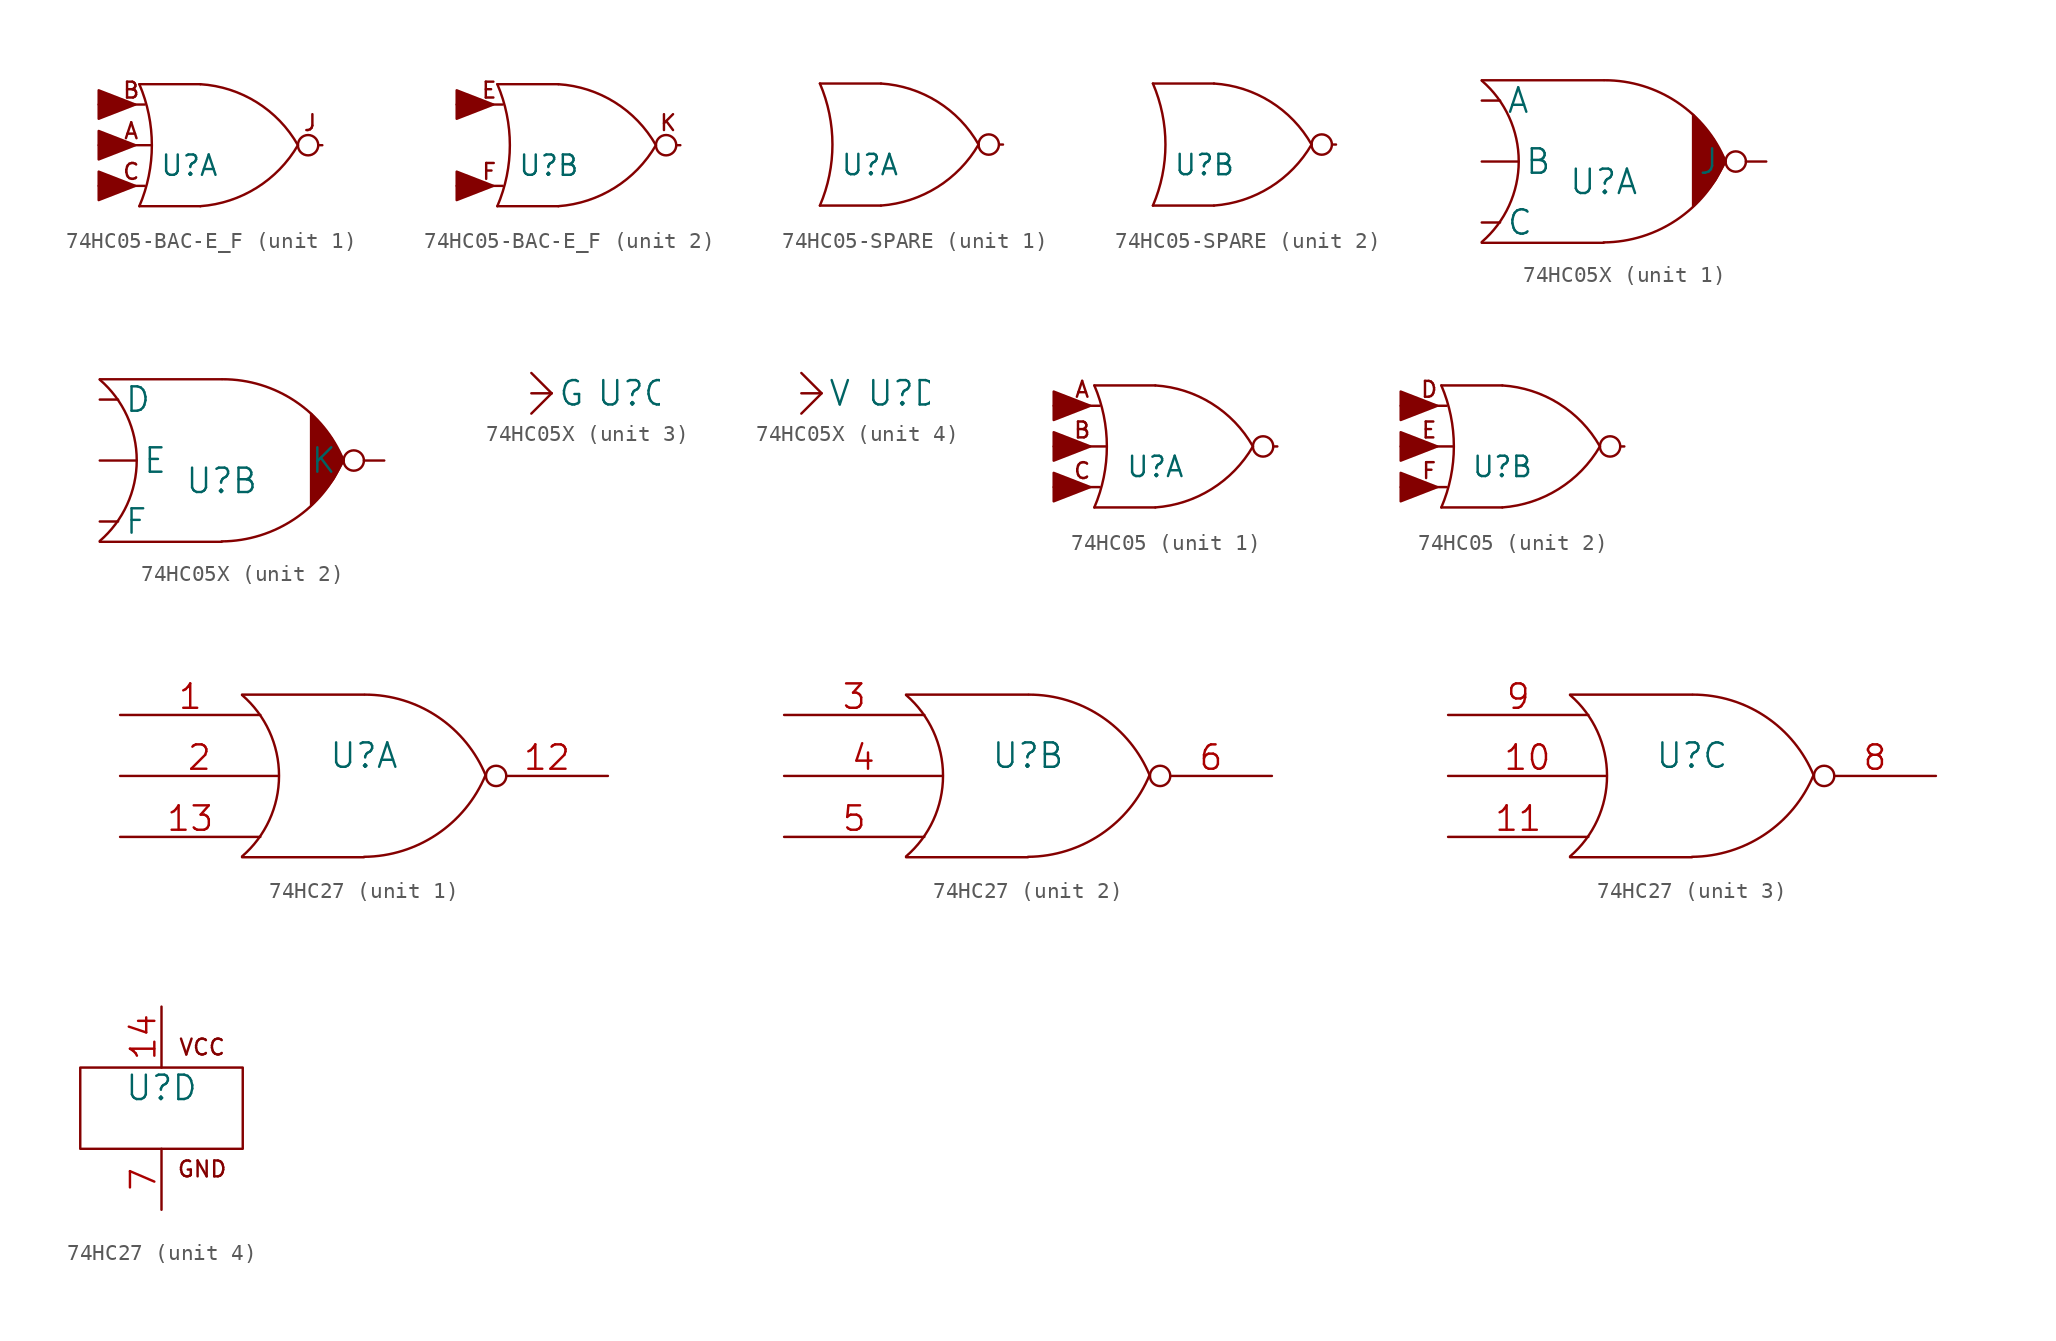
<source format=kicad_sym>
(kicad_symbol_lib
  (version 20211014)
  (generator kicad_symbol_editor)
  (symbol "74HC05-BAC-E_F"
    (pin_numbers hide)
    (pin_names
      (offset 0.381) hide)
    (property "Reference" "U"
      (at -2.54 -1.27 0)
      (effects (font (size 1.27 1.27)) (justify left)))
    (property "Footprint" ""
      (at 2.54 0 0)
      (effects (font (size 1.524 1.524))))
    (property "Datasheet" ""
      (at 2.54 0 0)
      (effects (font (size 1.524 1.524))))
    (property "ki_locked" ""
      (at 0 0 0)
      (effects (font (size 1.27 1.27))))
    (symbol "74HC05-BAC-E_F_0_0"
      (circle (center 6.731 0) (radius 0.635) (stroke (width 0) (type default) (color 0 0 0 0)) (fill (type none))))
    (symbol "74HC05-BAC-E_F_0_1"
      (arc (start -3.81 -3.81) (mid -3.028 0) (end -3.81 3.81) (stroke (width 0) (type default) (color 0 0 0 0)) (fill (type none)))
      (arc (start 0 -3.81) (mid 3.5177 -2.6614) (end 6.096 0) (stroke (width 0) (type default) (color 0 0 0 0)) (fill (type none)))
      (polyline (pts (xy -3.81 3.81) (xy 0 3.81)) (stroke (width 0) (type default) (color 0 0 0 0)) (fill (type none)))
      (polyline (pts (xy 0 -3.81) (xy -3.81 -3.81)) (stroke (width 0) (type default) (color 0 0 0 0)) (fill (type none)))
      (arc (start 6.096 0) (mid 3.5285 2.6786) (end 0 3.81) (stroke (width 0) (type default) (color 0 0 0 0)) (fill (type none)))
      (pin power_in line (at 0 3.81 270) (length 0) hide (name "FAP" (effects (font (size 1.27 1.27)))) (number "14" (effects (font (size 1.27 1.27)))))
      (pin power_in line (at 0 -3.81 90) (length 0) hide (name "0VDCA" (effects (font (size 1.27 1.27)))) (number "7" (effects (font (size 1.27 1.27))))))
    (symbol "74HC05-BAC-E_F_1_0"
      (polyline (pts (xy -4.064 -2.54) (xy -6.35 -1.651) (xy -6.35 -3.429) (xy -4.064 -2.54)) (stroke (width 0) (type default) (color 0 0 0 0)) (fill (type outline)))
      (polyline (pts (xy -4.064 0) (xy -6.35 0.889) (xy -6.35 -0.889) (xy -4.064 0)) (stroke (width 0) (type default) (color 0 0 0 0)) (fill (type outline)))
      (polyline (pts (xy -4.064 2.54) (xy -6.35 3.429) (xy -6.35 1.651) (xy -4.064 2.54)) (stroke (width 0) (type default) (color 0 0 0 0)) (fill (type outline)))
      (text "A" (at -4.318 0.889 0) (effects (font (size 0.991 0.991))))
      (text "B" (at -4.318 3.429 0) (effects (font (size 0.991 0.991))))
      (text "C" (at -4.318 -1.651 0) (effects (font (size 0.991 0.991))))
      (text "J" (at 6.858 1.397 0) (effects (font (size 0.991 0.991)))))
    (symbol "74HC05-BAC-E_F_1_1"
      (pin input line (at -6.35 -2.54 0) (length 2.87) (name "C" (effects (font (size 1.27 1.27)))) (number "1" (effects (font (size 1.27 1.27)))))
      (pin open_collector line (at 7.62 0 180) (length 0.203) (name "J" (effects (font (size 1.524 1.524)))) (number "2" (effects (font (size 1.524 1.524)))))
      (pin input line (at -6.35 2.54 0) (length 2.87) (name "B" (effects (font (size 1.27 1.27)))) (number "3" (effects (font (size 1.27 1.27)))))
      (pin open_collector line (at 7.62 0 180) (length 0) hide (name "J" (effects (font (size 1.524 1.524)))) (number "4" (effects (font (size 1.524 1.524)))))
      (pin input line (at -6.35 0 0) (length 3.302) (name "A" (effects (font (size 1.27 1.27)))) (number "5" (effects (font (size 1.27 1.27)))))
      (pin open_collector line (at 7.62 0 180) (length 0) hide (name "J" (effects (font (size 1.524 1.524)))) (number "6" (effects (font (size 1.524 1.524))))))
    (symbol "74HC05-BAC-E_F_2_0"
      (polyline (pts (xy -4.064 -2.54) (xy -6.35 -1.651) (xy -6.35 -3.429) (xy -4.064 -2.54)) (stroke (width 0) (type default) (color 0 0 0 0)) (fill (type outline)))
      (polyline (pts (xy -4.064 2.54) (xy -6.35 3.429) (xy -6.35 1.651) (xy -4.064 2.54)) (stroke (width 0) (type default) (color 0 0 0 0)) (fill (type outline)))
      (text "E" (at -4.318 3.429 0) (effects (font (size 0.991 0.991))))
      (text "F" (at -4.318 -1.651 0) (effects (font (size 0.991 0.991))))
      (text "K" (at 6.858 1.397 0) (effects (font (size 0.991 0.991)))))
    (symbol "74HC05-BAC-E_F_2_1"
      (pin open_collector line (at 7.62 0 180) (length 0) hide (name "K" (effects (font (size 1.524 1.524)))) (number "10" (effects (font (size 1.524 1.524)))))
      (pin input line (at -6.35 2.54 0) (length 2.87) (name "E" (effects (font (size 1.27 1.27)))) (number "11" (effects (font (size 1.27 1.27)))))
      (pin open_collector line (at 7.62 0 180) (length 0.203) (name "K" (effects (font (size 1.524 1.524)))) (number "12" (effects (font (size 1.524 1.524)))))
      (pin input line (at -6.35 -2.54 0) (length 2.87) (name "F" (effects (font (size 1.27 1.27)))) (number "13" (effects (font (size 1.27 1.27)))))
      (pin no_connect line (at 1.27 -3.81 180) (length 0) hide (name "K" (effects (font (size 1.524 1.524)))) (number "8" (effects (font (size 1.524 1.524)))))
      (pin power_in line (at 0 -3.81 90) (length 0) hide (name "0VDCA" (effects (font (size 1.27 1.27)))) (number "9" (effects (font (size 1.27 1.27)))))))
  (symbol "74HC05-SPARE"
    (pin_numbers hide)
    (pin_names
      (offset 0.381) hide)
    (property "Reference" "U"
      (at -2.54 -1.27 0)
      (effects (font (size 1.27 1.27)) (justify left)))
    (property "Footprint" ""
      (at 2.54 0 0)
      (effects (font (size 1.524 1.524))))
    (property "Datasheet" ""
      (at 2.54 0 0)
      (effects (font (size 1.524 1.524))))
    (property "ki_locked" ""
      (at 0 0 0)
      (effects (font (size 1.27 1.27))))
    (symbol "74HC05-SPARE_0_0"
      (circle (center 6.731 0) (radius 0.635) (stroke (width 0) (type default) (color 0 0 0 0)) (fill (type none))))
    (symbol "74HC05-SPARE_0_1"
      (arc (start -3.81 -3.81) (mid -3.028 0) (end -3.81 3.81) (stroke (width 0) (type default) (color 0 0 0 0)) (fill (type none)))
      (arc (start 0 -3.81) (mid 3.5177 -2.6614) (end 6.096 0) (stroke (width 0) (type default) (color 0 0 0 0)) (fill (type none)))
      (polyline (pts (xy -3.81 3.81) (xy 0 3.81)) (stroke (width 0) (type default) (color 0 0 0 0)) (fill (type none)))
      (polyline (pts (xy 0 -3.81) (xy -3.81 -3.81)) (stroke (width 0) (type default) (color 0 0 0 0)) (fill (type none)))
      (arc (start 6.096 0) (mid 3.5285 2.6786) (end 0 3.81) (stroke (width 0) (type default) (color 0 0 0 0)) (fill (type none)))
      (pin power_in line (at 0 3.81 270) (length 0) hide (name "FAP" (effects (font (size 1.27 1.27)))) (number "14" (effects (font (size 1.27 1.27)))))
      (pin power_in line (at 0 -3.81 90) (length 0) hide (name "0VDCA" (effects (font (size 1.27 1.27)))) (number "7" (effects (font (size 1.27 1.27))))))
    (symbol "74HC05-SPARE_1_1"
      (pin power_in line (at 0 -3.81 90) (length 0) hide (name "0VDCA" (effects (font (size 1.27 1.27)))) (number "1" (effects (font (size 1.27 1.27)))))
      (pin open_collector line (at 7.62 0 180) (length 0.203) (name "J" (effects (font (size 1.524 1.524)))) (number "2" (effects (font (size 1.524 1.524)))))
      (pin power_in line (at 0 -3.81 90) (length 0) hide (name "0VDCA" (effects (font (size 1.27 1.27)))) (number "3" (effects (font (size 1.27 1.27)))))
      (pin open_collector line (at 7.62 0 180) (length 0) hide (name "J" (effects (font (size 1.524 1.524)))) (number "4" (effects (font (size 1.524 1.524)))))
      (pin power_in line (at 0 -3.81 90) (length 0) hide (name "0VDCA" (effects (font (size 1.27 1.27)))) (number "5" (effects (font (size 1.27 1.27)))))
      (pin open_collector line (at 7.62 0 180) (length 0) hide (name "J" (effects (font (size 1.524 1.524)))) (number "6" (effects (font (size 1.524 1.524))))))
    (symbol "74HC05-SPARE_2_1"
      (pin open_collector line (at 7.62 0 180) (length 0) hide (name "K" (effects (font (size 1.524 1.524)))) (number "10" (effects (font (size 1.524 1.524)))))
      (pin power_in line (at 0 -3.81 90) (length 0) hide (name "0VDCA" (effects (font (size 1.27 1.27)))) (number "11" (effects (font (size 1.27 1.27)))))
      (pin open_collector line (at 7.62 0 180) (length 0.203) (name "K" (effects (font (size 1.524 1.524)))) (number "12" (effects (font (size 1.524 1.524)))))
      (pin power_in line (at 0 -3.81 90) (length 0) hide (name "0VDCA" (effects (font (size 1.27 1.27)))) (number "13" (effects (font (size 1.27 1.27)))))
      (pin open_collector line (at 7.62 0 180) (length 0) hide (name "K" (effects (font (size 1.524 1.524)))) (number "8" (effects (font (size 1.524 1.524)))))
      (pin power_in line (at 0 -3.81 90) (length 0) hide (name "0VDCA" (effects (font (size 1.27 1.27)))) (number "9" (effects (font (size 1.27 1.27)))))))
  (symbol "74HC05X"
    (pin_numbers hide)
    (pin_names
      (offset 0.381))
    (property "Reference" "U"
      (at 0 -1.27 0)
      (effects (font (size 1.524 1.524))))
    (property "Footprint" ""
      (at 0 0 0)
      (effects (font (size 1.524 1.524))))
    (property "Datasheet" ""
      (at 0 0 0)
      (effects (font (size 1.524 1.524))))
    (property "ki_locked" ""
      (at 0 0 0)
      (effects (font (size 1.27 1.27))))
    (symbol "74HC05X_1_1"
      (arc (start -7.62 -5.0292) (mid -5.3094 0.0082) (end -7.62 5.0546) (stroke (width 0) (type default) (color 0 0 0 0)) (fill (type none)))
      (arc (start 0 -5.0546) (mid 4.5632 -3.6449) (end 7.5946 0.0508) (stroke (width 0) (type default) (color 0 0 0 0)) (fill (type none)))
      (polyline (pts (xy -7.62 -5.08) (xy 0 -5.08)) (stroke (width 0) (type default) (color 0 0 0 0)) (fill (type none)))
      (polyline (pts (xy -7.62 5.08) (xy 0 5.08)) (stroke (width 0) (type default) (color 0 0 0 0)) (fill (type none)))
      (polyline (pts (xy 5.588 -0.762) (xy 5.588 2.921) (xy 6.223 2.159) (xy 6.858 1.397) (xy 7.62 0) (xy 6.985 -1.143) (xy 6.604 -1.651) (xy 5.588 -2.794) (xy 5.588 -0.762)) (stroke (width 0) (type default) (color 0 0 0 0)) (fill (type outline)))
      (arc (start 7.62 0) (mid 4.6132 3.6946) (end 0.0508 5.08) (stroke (width 0) (type default) (color 0 0 0 0)) (fill (type none)))
      (pin input line (at -7.62 -3.81 0) (length 1.143) (name "C" (effects (font (size 1.524 1.524)))) (number "1" (effects (font (size 1.524 1.524)))))
      (pin output inverted (at 10.16 0 180) (length 2.54) (name "J" (effects (font (size 1.524 1.524)))) (number "2" (effects (font (size 1.524 1.524)))))
      (pin input line (at -7.62 0 0) (length 2.286) (name "B" (effects (font (size 1.524 1.524)))) (number "3" (effects (font (size 1.524 1.524)))))
      (pin output line (at 10.16 0 0) (length 0) hide (name "~" (effects (font (size 1.524 1.524)))) (number "4" (effects (font (size 1.524 1.524)))))
      (pin input line (at -7.62 3.81 0) (length 1.143) (name "A" (effects (font (size 1.524 1.524)))) (number "5" (effects (font (size 1.524 1.524)))))
      (pin output line (at 10.16 0 0) (length 0) hide (name "~" (effects (font (size 0 0)))) (number "6" (effects (font (size 1.524 1.524))))))
    (symbol "74HC05X_2_1"
      (arc (start -7.62 -5.0292) (mid -5.3094 0.0082) (end -7.62 5.0546) (stroke (width 0) (type default) (color 0 0 0 0)) (fill (type none)))
      (arc (start 0 -5.0546) (mid 4.5632 -3.6449) (end 7.5946 0.0508) (stroke (width 0) (type default) (color 0 0 0 0)) (fill (type none)))
      (polyline (pts (xy -7.62 -5.08) (xy 0 -5.08)) (stroke (width 0) (type default) (color 0 0 0 0)) (fill (type none)))
      (polyline (pts (xy -7.62 5.08) (xy 0 5.08)) (stroke (width 0) (type default) (color 0 0 0 0)) (fill (type none)))
      (polyline (pts (xy 5.588 -0.762) (xy 5.588 2.921) (xy 6.223 2.159) (xy 6.858 1.397) (xy 7.62 0) (xy 6.985 -1.143) (xy 6.604 -1.651) (xy 5.588 -2.794) (xy 5.588 -0.762)) (stroke (width 0) (type default) (color 0 0 0 0)) (fill (type outline)))
      (arc (start 7.62 0) (mid 4.6132 3.6946) (end 0.0508 5.08) (stroke (width 0) (type default) (color 0 0 0 0)) (fill (type none)))
      (pin output line (at 10.16 0 180) (length 0) hide (name "~" (effects (font (size 1.524 1.524)))) (number "10" (effects (font (size 1.524 1.524)))))
      (pin input line (at -7.62 0 0) (length 2.286) (name "E" (effects (font (size 1.524 1.524)))) (number "11" (effects (font (size 1.524 1.524)))))
      (pin output inverted (at 10.16 0 180) (length 2.54) (name "K" (effects (font (size 1.524 1.524)))) (number "12" (effects (font (size 1.524 1.524)))))
      (pin input line (at -7.62 -3.81 0) (length 1.143) (name "F" (effects (font (size 1.524 1.524)))) (number "13" (effects (font (size 1.524 1.524)))))
      (pin output line (at 10.16 0 180) (length 0) hide (name "~" (effects (font (size 1.524 1.524)))) (number "8" (effects (font (size 1.524 1.524)))))
      (pin input line (at -7.62 3.81 0) (length 1.143) (name "D" (effects (font (size 1.524 1.524)))) (number "9" (effects (font (size 1.524 1.524))))))
    (symbol "74HC05X_3_1"
      (polyline (pts (xy -6.35 0) (xy -5.08 -1.27)) (stroke (width 0) (type default) (color 0 0 0 0)) (fill (type none)))
      (polyline (pts (xy -5.08 -1.27) (xy -6.35 -2.54)) (stroke (width 0) (type default) (color 0 0 0 0)) (fill (type none)))
      (pin power_in line (at -6.35 -1.27 0) (length 1.27) (name "G" (effects (font (size 1.524 1.524)))) (number "7" (effects (font (size 1.524 1.524))))))
    (symbol "74HC05X_4_1"
      (polyline (pts (xy -6.35 0) (xy -5.08 -1.27) (xy -6.35 -2.54)) (stroke (width 0) (type default) (color 0 0 0 0)) (fill (type none)))
      (pin power_in line (at -6.35 -1.27 0) (length 1.27) (name "V" (effects (font (size 1.524 1.524)))) (number "14" (effects (font (size 1.524 1.524)))))))
  (symbol "74HC05"
    (pin_numbers hide)
    (pin_names
      (offset 0.381) hide)
    (property "Reference" "U"
      (at 0 -1.27 0)
      (effects (font (size 1.27 1.27))))
    (property "Footprint" ""
      (at 2.54 0 0)
      (effects (font (size 1.524 1.524))))
    (property "Datasheet" ""
      (at 2.54 0 0)
      (effects (font (size 1.524 1.524))))
    (symbol "74HC05_0_0"
      (polyline (pts (xy -4.064 -2.54) (xy -6.35 -1.651) (xy -6.35 -3.429) (xy -4.064 -2.54)) (stroke (width 0) (type default) (color 0 0 0 0)) (fill (type outline)))
      (polyline (pts (xy -4.064 0) (xy -6.35 0.889) (xy -6.35 -0.889) (xy -4.064 0)) (stroke (width 0) (type default) (color 0 0 0 0)) (fill (type outline)))
      (polyline (pts (xy -4.064 2.54) (xy -6.35 3.429) (xy -6.35 1.651) (xy -4.064 2.54)) (stroke (width 0) (type default) (color 0 0 0 0)) (fill (type outline)))
      (circle (center 6.731 0) (radius 0.635) (stroke (width 0) (type default) (color 0 0 0 0)) (fill (type none))))
    (symbol "74HC05_0_1"
      (arc (start -3.81 -3.81) (mid -3.028 0) (end -3.81 3.81) (stroke (width 0) (type default) (color 0 0 0 0)) (fill (type none)))
      (arc (start 0 -3.81) (mid 3.5177 -2.6614) (end 6.096 0) (stroke (width 0) (type default) (color 0 0 0 0)) (fill (type none)))
      (polyline (pts (xy -3.81 3.81) (xy 0 3.81)) (stroke (width 0) (type default) (color 0 0 0 0)) (fill (type none)))
      (polyline (pts (xy 0 -3.81) (xy -3.81 -3.81)) (stroke (width 0) (type default) (color 0 0 0 0)) (fill (type none)))
      (arc (start 6.096 0) (mid 3.5285 2.6786) (end 0 3.81) (stroke (width 0) (type default) (color 0 0 0 0)) (fill (type none)))
      (pin power_in line (at 0 3.81 270) (length 0) hide (name "+4VDC" (effects (font (size 1.27 1.27)))) (number "14" (effects (font (size 1.27 1.27)))))
      (pin power_in line (at 0 -3.81 90) (length 0) hide (name "GND" (effects (font (size 1.27 1.27)))) (number "7" (effects (font (size 1.27 1.27))))))
    (symbol "74HC05_1_0"
      (text "A" (at -4.572 3.556 0) (effects (font (size 0.991 0.991))))
      (text "B" (at -4.572 1.016 0) (effects (font (size 0.991 0.991))))
      (text "C" (at -4.572 -1.524 0) (effects (font (size 0.991 0.991)))))
    (symbol "74HC05_1_1"
      (pin input line (at -6.35 -2.54 0) (length 2.87) (name "C" (effects (font (size 1.27 1.27)))) (number "1" (effects (font (size 1.27 1.27)))))
      (pin output line (at 7.62 0 180) (length 0.203) (name "J" (effects (font (size 1.524 1.524)))) (number "2" (effects (font (size 1.524 1.524)))))
      (pin input line (at -6.35 0 0) (length 3.302) (name "B" (effects (font (size 1.27 1.27)))) (number "3" (effects (font (size 1.27 1.27)))))
      (pin output line (at 7.62 0 180) (length 0.203) hide (name "J" (effects (font (size 1.524 1.524)))) (number "4" (effects (font (size 1.524 1.524)))))
      (pin input line (at -6.35 2.54 0) (length 2.87) (name "A" (effects (font (size 1.27 1.27)))) (number "5" (effects (font (size 1.27 1.27)))))
      (pin output line (at 7.62 0 180) (length 0.203) hide (name "J" (effects (font (size 1.524 1.524)))) (number "6" (effects (font (size 1.524 1.524))))))
    (symbol "74HC05_2_0"
      (text "D" (at -4.572 3.556 0) (effects (font (size 0.991 0.991))))
      (text "E" (at -4.572 1.016 0) (effects (font (size 0.991 0.991))))
      (text "F" (at -4.572 -1.524 0) (effects (font (size 0.991 0.991)))))
    (symbol "74HC05_2_1"
      (pin output line (at 7.62 0 180) (length 0.203) hide (name "J" (effects (font (size 1.524 1.524)))) (number "10" (effects (font (size 1.524 1.524)))))
      (pin input line (at -6.35 0 0) (length 3.302) (name "B" (effects (font (size 1.27 1.27)))) (number "11" (effects (font (size 1.27 1.27)))))
      (pin output line (at 7.62 0 180) (length 0.203) (name "J" (effects (font (size 1.524 1.524)))) (number "12" (effects (font (size 1.524 1.524)))))
      (pin input line (at -6.35 -2.54 0) (length 2.87) (name "C" (effects (font (size 1.27 1.27)))) (number "13" (effects (font (size 1.27 1.27)))))
      (pin output line (at 7.62 0 180) (length 0.203) hide (name "J" (effects (font (size 1.524 1.524)))) (number "8" (effects (font (size 1.524 1.524)))))
      (pin input line (at -6.35 2.54 0) (length 2.87) (name "A" (effects (font (size 1.27 1.27)))) (number "9" (effects (font (size 1.27 1.27)))))))
  (symbol "74HC27"
    (pin_names
      (offset 0.762))
    (property "Reference" "U"
      (at 0 1.27 0)
      (effects (font (size 1.524 1.524))))
    (property "Datasheet" ""
      (at 0 0 0)
      (effects (font (size 1.524 1.524))))
    (property "Location" ""
      (at 0 0 0)
      (effects (font (size 1.27 1.27))))
    (property "ki_locked" ""
      (at 0 0 0)
      (effects (font (size 1.27 1.27))))
    (symbol "74HC27_1_1"
      (arc (start -7.62 -5.0292) (mid -5.3094 0.0082) (end -7.62 5.0546) (stroke (width 0) (type default) (color 0 0 0 0)) (fill (type none)))
      (arc (start 0 -5.0546) (mid 4.5632 -3.6449) (end 7.5946 0.0508) (stroke (width 0) (type default) (color 0 0 0 0)) (fill (type none)))
      (polyline (pts (xy -7.62 -5.08) (xy 0 -5.08)) (stroke (width 0) (type default) (color 0 0 0 0)) (fill (type none)))
      (polyline (pts (xy -7.62 5.08) (xy 0 5.08)) (stroke (width 0) (type default) (color 0 0 0 0)) (fill (type none)))
      (arc (start 7.62 0) (mid 4.6132 3.6946) (end 0.0508 5.08) (stroke (width 0) (type default) (color 0 0 0 0)) (fill (type none)))
      (pin input line (at -15.24 3.81 0) (length 8.763) (name "~" (effects (font (size 1.524 1.524)))) (number "1" (effects (font (size 1.524 1.524)))))
      (pin output inverted (at 15.24 0 180) (length 7.62) (name "~" (effects (font (size 1.524 1.524)))) (number "12" (effects (font (size 1.524 1.524)))))
      (pin input line (at -15.24 -3.81 0) (length 8.763) (name "~" (effects (font (size 1.524 1.524)))) (number "13" (effects (font (size 1.524 1.524)))))
      (pin input line (at -15.24 0 0) (length 9.906) (name "~" (effects (font (size 1.524 1.524)))) (number "2" (effects (font (size 1.524 1.524))))))
    (symbol "74HC27_2_1"
      (arc (start -7.62 -5.0292) (mid -5.3094 0.0082) (end -7.62 5.0546) (stroke (width 0) (type default) (color 0 0 0 0)) (fill (type none)))
      (arc (start 0 -5.0546) (mid 4.5632 -3.6449) (end 7.5946 0.0508) (stroke (width 0) (type default) (color 0 0 0 0)) (fill (type none)))
      (polyline (pts (xy -7.62 -5.08) (xy 0 -5.08)) (stroke (width 0) (type default) (color 0 0 0 0)) (fill (type none)))
      (polyline (pts (xy -7.62 5.08) (xy 0 5.08)) (stroke (width 0) (type default) (color 0 0 0 0)) (fill (type none)))
      (arc (start 7.62 0) (mid 4.6132 3.6946) (end 0.0508 5.08) (stroke (width 0) (type default) (color 0 0 0 0)) (fill (type none)))
      (pin input line (at -15.24 3.81 0) (length 8.763) (name "~" (effects (font (size 1.524 1.524)))) (number "3" (effects (font (size 1.524 1.524)))))
      (pin input line (at -15.24 0 0) (length 9.906) (name "~" (effects (font (size 1.524 1.524)))) (number "4" (effects (font (size 1.524 1.524)))))
      (pin input line (at -15.24 -3.81 0) (length 8.763) (name "~" (effects (font (size 1.524 1.524)))) (number "5" (effects (font (size 1.524 1.524)))))
      (pin output inverted (at 15.24 0 180) (length 7.62) (name "~" (effects (font (size 1.524 1.524)))) (number "6" (effects (font (size 1.524 1.524))))))
    (symbol "74HC27_3_1"
      (arc (start -7.62 -5.0292) (mid -5.3094 0.0082) (end -7.62 5.0546) (stroke (width 0) (type default) (color 0 0 0 0)) (fill (type none)))
      (arc (start 0 -5.0546) (mid 4.5632 -3.6449) (end 7.5946 0.0508) (stroke (width 0) (type default) (color 0 0 0 0)) (fill (type none)))
      (polyline (pts (xy -7.62 -5.08) (xy 0 -5.08)) (stroke (width 0) (type default) (color 0 0 0 0)) (fill (type none)))
      (polyline (pts (xy -7.62 5.08) (xy 0 5.08)) (stroke (width 0) (type default) (color 0 0 0 0)) (fill (type none)))
      (arc (start 7.62 0) (mid 4.6132 3.6946) (end 0.0508 5.08) (stroke (width 0) (type default) (color 0 0 0 0)) (fill (type none)))
      (pin input line (at -15.24 0 0) (length 9.906) (name "~" (effects (font (size 1.524 1.524)))) (number "10" (effects (font (size 1.524 1.524)))))
      (pin input line (at -15.24 -3.81 0) (length 8.763) (name "~" (effects (font (size 1.524 1.524)))) (number "11" (effects (font (size 1.524 1.524)))))
      (pin output inverted (at 15.24 0 180) (length 7.62) (name "~" (effects (font (size 1.524 1.524)))) (number "8" (effects (font (size 1.524 1.524)))))
      (pin input line (at -15.24 3.81 0) (length 8.763) (name "~" (effects (font (size 1.524 1.524)))) (number "9" (effects (font (size 1.524 1.524))))))
    (symbol "74HC27_4_0"
      (text "GND" (at 2.54 -3.81 0) (effects (font (size 0.991 0.991))))
      (text "VCC" (at 2.54 3.81 0) (effects (font (size 0.991 0.991)))))
    (symbol "74HC27_4_1"
      (rectangle (start -5.08 2.54) (end 5.08 -2.54) (stroke (width 0) (type default) (color 0 0 0 0)) (fill (type none)))
      (pin power_in line (at 0 6.35 270) (length 3.81) (name "VCC" (effects (font (size 0 0)))) (number "14" (effects (font (size 1.524 1.524)))))
      (pin power_in line (at 0 -6.35 90) (length 3.81) (name "GND" (effects (font (size 0 0)))) (number "7" (effects (font (size 1.524 1.524))))))))
</source>
